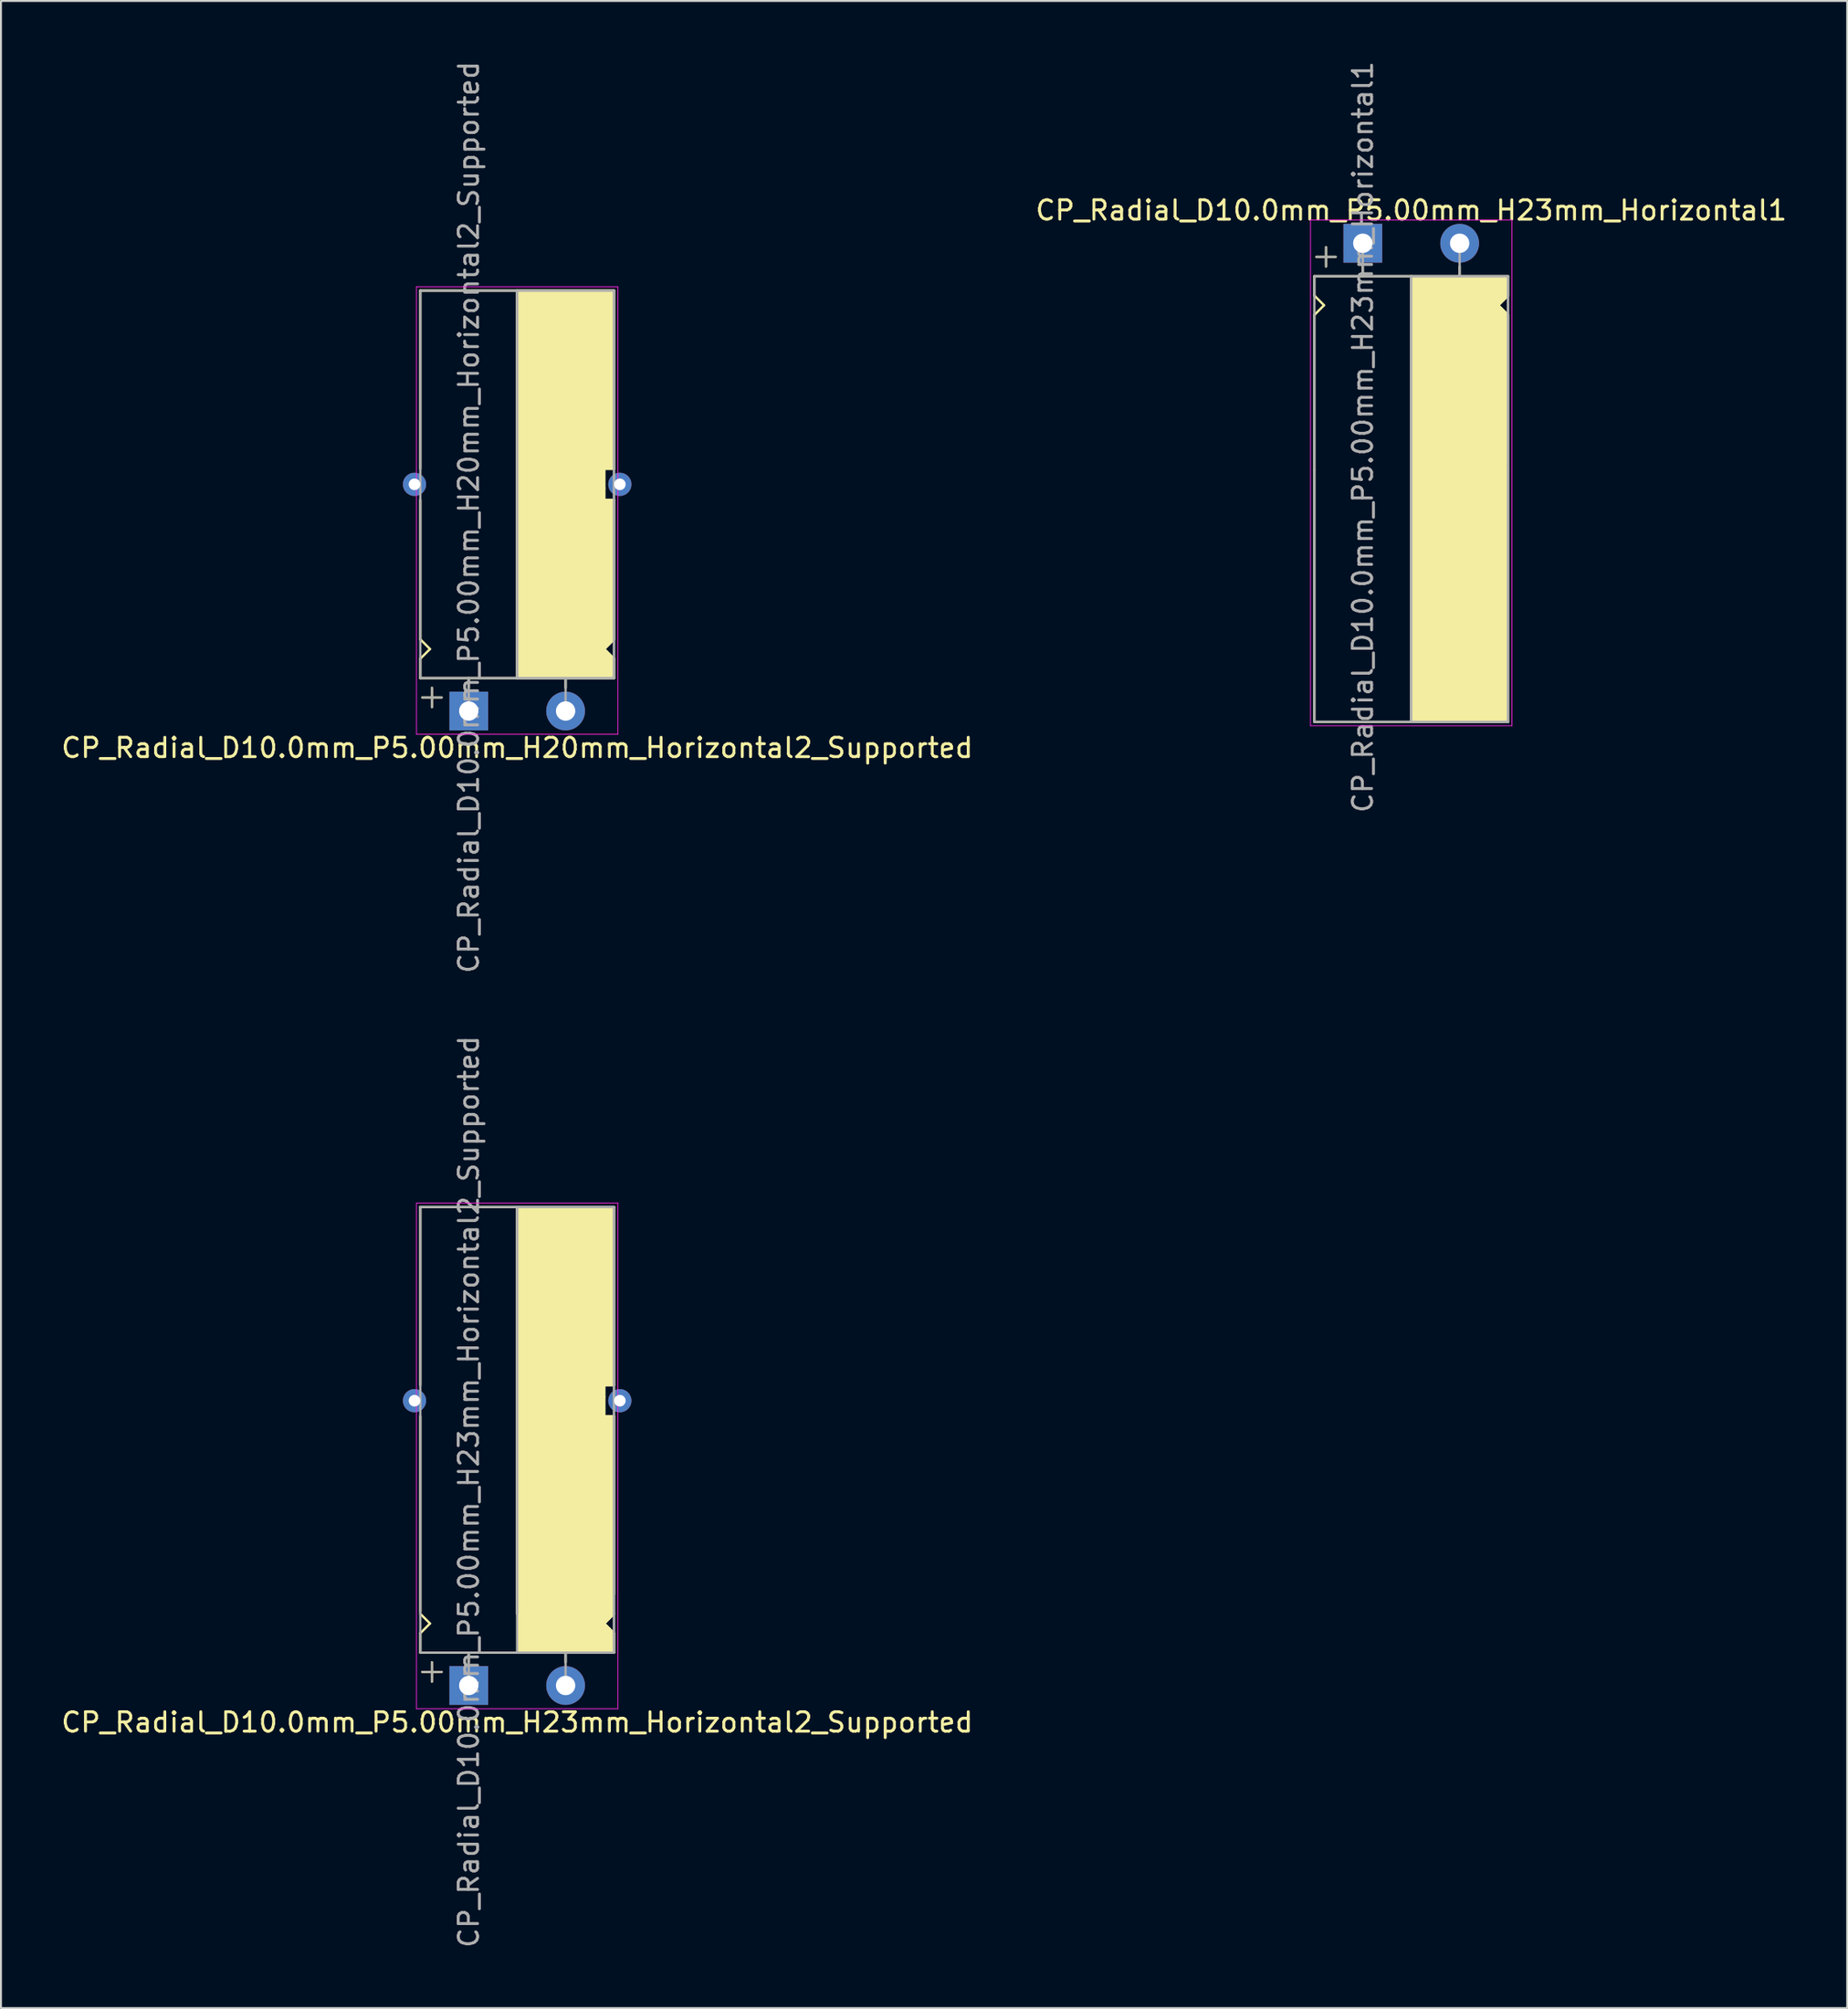
<source format=kicad_pcb>
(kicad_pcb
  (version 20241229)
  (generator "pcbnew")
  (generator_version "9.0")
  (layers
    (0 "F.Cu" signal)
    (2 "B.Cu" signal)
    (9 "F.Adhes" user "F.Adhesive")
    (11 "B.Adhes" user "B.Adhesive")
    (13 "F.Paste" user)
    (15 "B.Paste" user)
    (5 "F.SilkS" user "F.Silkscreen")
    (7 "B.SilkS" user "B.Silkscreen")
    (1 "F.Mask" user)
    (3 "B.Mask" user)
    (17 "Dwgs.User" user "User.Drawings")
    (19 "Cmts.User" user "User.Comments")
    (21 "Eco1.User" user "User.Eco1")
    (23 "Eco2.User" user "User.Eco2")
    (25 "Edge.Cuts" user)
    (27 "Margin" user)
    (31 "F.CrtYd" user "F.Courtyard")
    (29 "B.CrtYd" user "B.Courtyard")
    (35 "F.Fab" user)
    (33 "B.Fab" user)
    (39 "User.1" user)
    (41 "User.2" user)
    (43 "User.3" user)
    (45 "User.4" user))
  (footprint "CP_Radial_D10.0mm_P5.00mm_H23mm_Horizontal2_Supported"
    (layer "F.Cu")
    (at 21.149 83.946)
    (property "Reference" "CP_Radial_D10.0mm_P5.00mm_H23mm_Horizontal2_Supported" (at 2.5 1.9 180) (layer "F.SilkS") (effects (font (size 1 1) (thickness 0.15))))
    (attr through_hole)
    (fp_line (start -2.5 -24.7) (end 7.5 -24.7) (stroke (width 0.12) (type solid)) (layer "F.SilkS"))
    (fp_line (start -2.5 -15.5) (end -2.5 -24.7) (stroke (width 0.12) (type solid)) (layer "F.SilkS"))
    (fp_line (start -2.5 -3.8) (end -2.5 -13.9) (stroke (width 0.12) (type solid)) (layer "F.SilkS"))
    (fp_line (start -2.5 -2.7) (end -2 -3.2) (stroke (width 0.12) (type solid)) (layer "F.SilkS"))
    (fp_line (start -2.5 -1.7) (end -2.5 -2.7) (stroke (width 0.12) (type solid)) (layer "F.SilkS"))
    (fp_line (start -2 -3.2) (end -2.5 -3.7) (stroke (width 0.12) (type solid)) (layer "F.SilkS"))
    (fp_line (start -1.9 -1.2) (end -1.9 -0.2) (stroke (width 0.12) (type solid)) (layer "F.SilkS"))
    (fp_line (start -1.4 -0.7) (end -2.4 -0.7) (stroke (width 0.12) (type solid)) (layer "F.SilkS"))
    (fp_line (start 0 -1.7) (end 0 -1.2) (stroke (width 0.12) (type solid)) (layer "F.SilkS"))
    (fp_line (start 2.5 -24.7) (end 2.5 -3.7) (stroke (width 0.12) (type solid)) (layer "F.SilkS"))
    (fp_line (start 2.5 -1.7) (end -2.5 -1.7) (stroke (width 0.12) (type solid)) (layer "F.SilkS"))
    (fp_line (start 5 -1.7) (end 5 -1.2) (stroke (width 0.12) (type solid)) (layer "F.SilkS"))
    (fp_line (start 7 -15.5) (end 7 -14.9) (stroke (width 0.12) (type solid)) (layer "F.SilkS"))
    (fp_line (start 7 -14.9) (end 7 -13.9) (stroke (width 0.12) (type solid)) (layer "F.SilkS"))
    (fp_line (start 7 -13.9) (end 7.5 -13.9) (stroke (width 0.12) (type solid)) (layer "F.SilkS"))
    (fp_line (start 7 -3.2) (end 7.5 -3.7) (stroke (width 0.12) (type solid)) (layer "F.SilkS"))
    (fp_line (start 7.5 -15.5) (end 7 -15.5) (stroke (width 0.12) (type solid)) (layer "F.SilkS"))
    (fp_line (start 7.5 -15.5) (end 7.5 -24.7) (stroke (width 0.12) (type solid)) (layer "F.SilkS"))
    (fp_line (start 7.5 -4.7) (end 7.5 -13.9) (stroke (width 0.12) (type solid)) (layer "F.SilkS"))
    (fp_line (start 7.5 -2.7) (end 7 -3.2) (stroke (width 0.12) (type solid)) (layer "F.SilkS"))
    (fp_line (start 7.5 -1.7) (end 2.5 -1.7) (stroke (width 0.12) (type solid)) (layer "F.SilkS"))
    (fp_line (start 7.5 -1.7) (end 7.5 -2.7) (stroke (width 0.12) (type solid)) (layer "F.SilkS"))
    (fp_poly (pts (xy 7.5 -2.7) (xy 7 -3.2) (xy 7.5 -3.7) (xy 7.5 -13.8) (xy 7 -13.8) (xy 7 -15.5) (xy 7.5 -15.5) (xy 7.5 -24.7) (xy 2.5 -24.7) (xy 2.5 -1.7) (xy 7.5 -1.7)) (stroke (width 0.1) (type solid)) (fill yes) (layer "F.SilkS"))
    (fp_line (start -2.7 -24.9) (end -2.7 1.2) (stroke (width 0.04) (type solid)) (layer "F.CrtYd"))
    (fp_line (start -2.7 1.2) (end -0.3 1.2) (stroke (width 0.04) (type solid)) (layer "F.CrtYd"))
    (fp_line (start 7.7 -24.9) (end -2.7 -24.9) (stroke (width 0.04) (type solid)) (layer "F.CrtYd"))
    (fp_line (start 7.7 1.2) (end -0.3 1.2) (stroke (width 0.04) (type solid)) (layer "F.CrtYd"))
    (fp_line (start 7.7 1.2) (end 7.7 -24.9) (stroke (width 0.04) (type solid)) (layer "F.CrtYd"))
    (fp_line (start -2.5 -24.7) (end 7.5 -24.7) (stroke (width 0.12) (type solid)) (layer "F.Fab"))
    (fp_line (start -2.5 -1.7) (end -2.5 -24.7) (stroke (width 0.12) (type solid)) (layer "F.Fab"))
    (fp_line (start -2.4 -0.7) (end -1.4 -0.7) (stroke (width 0.1) (type solid)) (layer "F.Fab"))
    (fp_line (start -1.9 -0.2) (end -1.9 -1.2) (stroke (width 0.1) (type solid)) (layer "F.Fab"))
    (fp_line (start 0 -1.7) (end 0 0) (stroke (width 0.12) (type solid)) (layer "F.Fab"))
    (fp_line (start 2.5 -3.7) (end 2.5 -24.7) (stroke (width 0.12) (type solid)) (layer "F.Fab"))
    (fp_line (start 5 -1.7) (end 5 0) (stroke (width 0.12) (type solid)) (layer "F.Fab"))
    (fp_line (start 7.5 -24.7) (end 7.5 -1.7) (stroke (width 0.12) (type solid)) (layer "F.Fab"))
    (fp_line (start 7.5 -1.7) (end -2.5 -1.7) (stroke (width 0.12) (type solid)) (layer "F.Fab"))
    (fp_poly (pts (xy 7.5 -24.7) (xy 2.5 -24.7) (xy 2.5 -1.7) (xy 7.5 -1.7)) (stroke (width 0.1) (type solid)) (fill no) (layer "F.Fab"))
    (fp_text user "${REFERENCE}" (at 0 -10 90) (layer "F.Fab") (effects (font (size 1 1) (thickness 0.15))))
    (pad "" thru_hole circle (at -2.8 -14.7 180) (size 1.2 1.2) (drill 0.6) (layers "*.Cu" "*.Mask"))
    (pad "" thru_hole circle (at 7.8 -14.7 180) (size 1.2 1.2) (drill 0.6) (layers "*.Cu" "*.Mask"))
    (pad "1" thru_hole rect (at 0 0) (size 2 2) (drill 1) (layers "*.Cu" "*.Mask"))
    (pad "2" thru_hole circle (at 5 0) (size 2 2) (drill 1) (layers "*.Cu" "*.Mask")))
  (footprint "CP_Radial_D10.0mm_P5.00mm_H20mm_Horizontal2_Supported"
    (layer "F.Cu")
    (at 21.149 33.649)
    (property "Reference" "CP_Radial_D10.0mm_P5.00mm_H20mm_Horizontal2_Supported" (at 2.5 1.9 0) (layer "F.SilkS") (effects (font (size 1 1) (thickness 0.15))))
    (attr through_hole)
    (fp_line (start -2.5 -21.7) (end 7.5 -21.7) (stroke (width 0.12) (type solid)) (layer "F.SilkS"))
    (fp_line (start -2.5 -12.5) (end -2.5 -21.7) (stroke (width 0.12) (type solid)) (layer "F.SilkS"))
    (fp_line (start -2.5 -3.7) (end -2.5 -10.9) (stroke (width 0.12) (type solid)) (layer "F.SilkS"))
    (fp_line (start -2.5 -2.7) (end -2 -3.2) (stroke (width 0.12) (type solid)) (layer "F.SilkS"))
    (fp_line (start -2.5 -1.7) (end -2.5 -2.7) (stroke (width 0.12) (type solid)) (layer "F.SilkS"))
    (fp_line (start -2 -3.2) (end -2.5 -3.7) (stroke (width 0.12) (type solid)) (layer "F.SilkS"))
    (fp_line (start -1.9 -1.2) (end -1.9 -0.2) (stroke (width 0.12) (type solid)) (layer "F.SilkS"))
    (fp_line (start -1.4 -0.7) (end -2.4 -0.7) (stroke (width 0.12) (type solid)) (layer "F.SilkS"))
    (fp_line (start 0 -1.7) (end 0 -1.2) (stroke (width 0.12) (type solid)) (layer "F.SilkS"))
    (fp_line (start 2.5 -21.7) (end 2.5 -1.7) (stroke (width 0.12) (type solid)) (layer "F.SilkS"))
    (fp_line (start 2.5 -1.7) (end -2.5 -1.7) (stroke (width 0.12) (type solid)) (layer "F.SilkS"))
    (fp_line (start 5 -1.7) (end 5 -1.2) (stroke (width 0.12) (type solid)) (layer "F.SilkS"))
    (fp_line (start 7 -12.5) (end 7 -11.5) (stroke (width 0.12) (type solid)) (layer "F.SilkS"))
    (fp_line (start 7 -11.5) (end 7 -10.9) (stroke (width 0.12) (type solid)) (layer "F.SilkS"))
    (fp_line (start 7 -10.9) (end 7.5 -10.9) (stroke (width 0.12) (type solid)) (layer "F.SilkS"))
    (fp_line (start 7 -3.2) (end 7.5 -3.7) (stroke (width 0.12) (type solid)) (layer "F.SilkS"))
    (fp_line (start 7.5 -12.5) (end 7 -12.5) (stroke (width 0.12) (type solid)) (layer "F.SilkS"))
    (fp_line (start 7.5 -12.5) (end 7.5 -21.7) (stroke (width 0.12) (type solid)) (layer "F.SilkS"))
    (fp_line (start 7.5 -3.7) (end 7.5 -10.9) (stroke (width 0.12) (type solid)) (layer "F.SilkS"))
    (fp_line (start 7.5 -2.7) (end 7 -3.2) (stroke (width 0.12) (type solid)) (layer "F.SilkS"))
    (fp_line (start 7.5 -1.7) (end 2.5 -1.7) (stroke (width 0.12) (type solid)) (layer "F.SilkS"))
    (fp_line (start 7.5 -1.7) (end 7.5 -2.7) (stroke (width 0.12) (type solid)) (layer "F.SilkS"))
    (fp_poly (pts (xy 7.5 -2.7) (xy 7 -3.2) (xy 7.5 -3.7) (xy 7.5 -10.9) (xy 7 -10.9) (xy 7 -12.5) (xy 7.5 -12.5) (xy 7.5 -21.7) (xy 2.5 -21.7) (xy 2.5 -1.7) (xy 7.5 -1.7)) (stroke (width 0.1) (type solid)) (fill yes) (layer "F.SilkS"))
    (fp_line (start -2.7 -21.9) (end -2.7 1.2) (stroke (width 0.04) (type solid)) (layer "F.CrtYd"))
    (fp_line (start -2.7 1.2) (end 5.3 1.2) (stroke (width 0.04) (type solid)) (layer "F.CrtYd"))
    (fp_line (start 5.3 1.2) (end 7.7 1.2) (stroke (width 0.04) (type solid)) (layer "F.CrtYd"))
    (fp_line (start 7.7 -21.9) (end -2.7 -21.9) (stroke (width 0.04) (type solid)) (layer "F.CrtYd"))
    (fp_line (start 7.7 1.2) (end 7.7 -21.9) (stroke (width 0.04) (type solid)) (layer "F.CrtYd"))
    (fp_line (start -2.5 -21.7) (end 7.5 -21.7) (stroke (width 0.12) (type solid)) (layer "F.Fab"))
    (fp_line (start -2.5 -1.7) (end -2.5 -21.7) (stroke (width 0.12) (type solid)) (layer "F.Fab"))
    (fp_line (start -2.4 -0.7) (end -1.4 -0.7) (stroke (width 0.1) (type solid)) (layer "F.Fab"))
    (fp_line (start -1.9 -0.2) (end -1.9 -1.2) (stroke (width 0.1) (type solid)) (layer "F.Fab"))
    (fp_line (start 0 -1.7) (end 0 0) (stroke (width 0.12) (type solid)) (layer "F.Fab"))
    (fp_line (start 2.5 -1.7) (end 2.5 -21.7) (stroke (width 0.12) (type solid)) (layer "F.Fab"))
    (fp_line (start 5 -1.7) (end 5 0) (stroke (width 0.12) (type solid)) (layer "F.Fab"))
    (fp_line (start 7.5 -21.7) (end 7.5 -1.7) (stroke (width 0.12) (type solid)) (layer "F.Fab"))
    (fp_line (start 7.5 -1.7) (end -2.5 -1.7) (stroke (width 0.12) (type solid)) (layer "F.Fab"))
    (fp_poly (pts (xy 7.5 -21.7) (xy 2.5 -21.7) (xy 2.5 -1.7) (xy 7.5 -1.7)) (stroke (width 0.1) (type solid)) (fill no) (layer "F.Fab"))
    (fp_text user "${REFERENCE}" (at 0 -10 90) (layer "F.Fab") (effects (font (size 1 1) (thickness 0.15))))
    (pad "" thru_hole circle (at -2.8 -11.7 180) (size 1.2 1.2) (drill 0.6) (layers "*.Cu" "*.Mask"))
    (pad "" thru_hole circle (at 7.8 -11.7 180) (size 1.2 1.2) (drill 0.6) (layers "*.Cu" "*.Mask"))
    (pad "1" thru_hole rect (at 0 0) (size 2 2) (drill 1) (layers "*.Cu" "*.Mask"))
    (pad "2" thru_hole circle (at 5 0) (size 2 2) (drill 1) (layers "*.Cu" "*.Mask")))
  (footprint "CP_Radial_D10.0mm_P5.00mm_H23mm_Horizontal1"
    (layer "F.Cu")
    (at 67.304 9.506)
    (property "Reference" "CP_Radial_D10.0mm_P5.00mm_H23mm_Horizontal1" (at 2.5 -1.7 0) (layer "F.SilkS") (effects (font (size 1 1) (thickness 0.15))))
    (attr through_hole)
    (fp_line (start -2.5 1.7) (end -2.5 2.7) (stroke (width 0.12) (type solid)) (layer "F.SilkS"))
    (fp_line (start -2.5 2.7) (end -2 3.2) (stroke (width 0.12) (type solid)) (layer "F.SilkS"))
    (fp_line (start -2.5 3.7) (end -2.5 11.7) (stroke (width 0.12) (type solid)) (layer "F.SilkS"))
    (fp_line (start -2.5 11.7) (end -2.5 24.7) (stroke (width 0.12) (type solid)) (layer "F.SilkS"))
    (fp_line (start -2.5 24.7) (end 7.5 24.7) (stroke (width 0.12) (type solid)) (layer "F.SilkS"))
    (fp_line (start -2 3.2) (end -2.5 3.7) (stroke (width 0.12) (type solid)) (layer "F.SilkS"))
    (fp_line (start -1.9 0.2) (end -1.9 1.2) (stroke (width 0.12) (type solid)) (layer "F.SilkS"))
    (fp_line (start -1.4 0.7) (end -2.4 0.7) (stroke (width 0.12) (type solid)) (layer "F.SilkS"))
    (fp_line (start 0 1.7) (end 0 1.2) (stroke (width 0.12) (type solid)) (layer "F.SilkS"))
    (fp_line (start 2.5 1.7) (end -2.5 1.7) (stroke (width 0.12) (type solid)) (layer "F.SilkS"))
    (fp_line (start 2.5 24.7) (end 2.5 1.7) (stroke (width 0.12) (type solid)) (layer "F.SilkS"))
    (fp_line (start 5 1.7) (end 5 1.2) (stroke (width 0.12) (type solid)) (layer "F.SilkS"))
    (fp_line (start 7 3.2) (end 7.5 3.7) (stroke (width 0.12) (type solid)) (layer "F.SilkS"))
    (fp_line (start 7.5 1.7) (end 2.5 1.7) (stroke (width 0.12) (type solid)) (layer "F.SilkS"))
    (fp_line (start 7.5 1.7) (end 7.5 2.7) (stroke (width 0.12) (type solid)) (layer "F.SilkS"))
    (fp_line (start 7.5 2.7) (end 7 3.2) (stroke (width 0.12) (type solid)) (layer "F.SilkS"))
    (fp_line (start 7.5 3.7) (end 7.5 11.7) (stroke (width 0.12) (type solid)) (layer "F.SilkS"))
    (fp_line (start 7.5 11.7) (end 7.5 24.7) (stroke (width 0.12) (type solid)) (layer "F.SilkS"))
    (fp_poly (pts (xy 7.5 2.7) (xy 7 3.2) (xy 7.5 3.7) (xy 7.5 24.7) (xy 2.5 24.7) (xy 2.5 1.7) (xy 7.5 1.7)) (stroke (width 0.1) (type solid)) (fill yes) (layer "F.SilkS"))
    (fp_line (start -2.7 -1.2) (end 5.3 -1.2) (stroke (width 0.04) (type solid)) (layer "F.CrtYd"))
    (fp_line (start -2.7 24.9) (end -2.7 -1.2) (stroke (width 0.04) (type solid)) (layer "F.CrtYd"))
    (fp_line (start 5.3 -1.2) (end 7.7 -1.2) (stroke (width 0.04) (type solid)) (layer "F.CrtYd"))
    (fp_line (start 7.7 -1.2) (end 7.7 24.9) (stroke (width 0.04) (type solid)) (layer "F.CrtYd"))
    (fp_line (start 7.7 24.9) (end -2.7 24.9) (stroke (width 0.04) (type solid)) (layer "F.CrtYd"))
    (fp_line (start -2.5 1.7) (end -2.5 24.7) (stroke (width 0.12) (type solid)) (layer "F.Fab"))
    (fp_line (start -2.5 24.7) (end 7.5 24.7) (stroke (width 0.12) (type solid)) (layer "F.Fab"))
    (fp_line (start -2.4 0.7) (end -1.4 0.7) (stroke (width 0.1) (type solid)) (layer "F.Fab"))
    (fp_line (start -1.9 1.2) (end -1.9 0.2) (stroke (width 0.1) (type solid)) (layer "F.Fab"))
    (fp_line (start 0 1.7) (end 0 0) (stroke (width 0.12) (type solid)) (layer "F.Fab"))
    (fp_line (start 2.5 1.7) (end 2.5 24.7) (stroke (width 0.12) (type solid)) (layer "F.Fab"))
    (fp_line (start 5 1.7) (end 5 0) (stroke (width 0.12) (type solid)) (layer "F.Fab"))
    (fp_line (start 7.5 1.7) (end -2.5 1.7) (stroke (width 0.12) (type solid)) (layer "F.Fab"))
    (fp_line (start 7.5 24.7) (end 7.5 1.7) (stroke (width 0.12) (type solid)) (layer "F.Fab"))
    (fp_poly (pts (xy 7.5 24.7) (xy 2.5 24.7) (xy 2.5 1.7) (xy 7.5 1.7)) (stroke (width 0.1) (type solid)) (fill no) (layer "F.Fab"))
    (fp_text user "${REFERENCE}" (at 0 10 90) (layer "F.Fab") (effects (font (size 1 1) (thickness 0.15))))
    (pad "1" thru_hole rect (at 0 0) (size 2 2) (drill 1) (layers "*.Cu" "*.Mask"))
    (pad "2" thru_hole circle (at 5 0) (size 2 2) (drill 1) (layers "*.Cu" "*.Mask")))
  (gr_rect
    (start -3 -3)
    (end 92.31 100.595)
    (stroke (width 0.1) (type default))
    (fill no)
    (layer "Edge.Cuts")))
</source>
